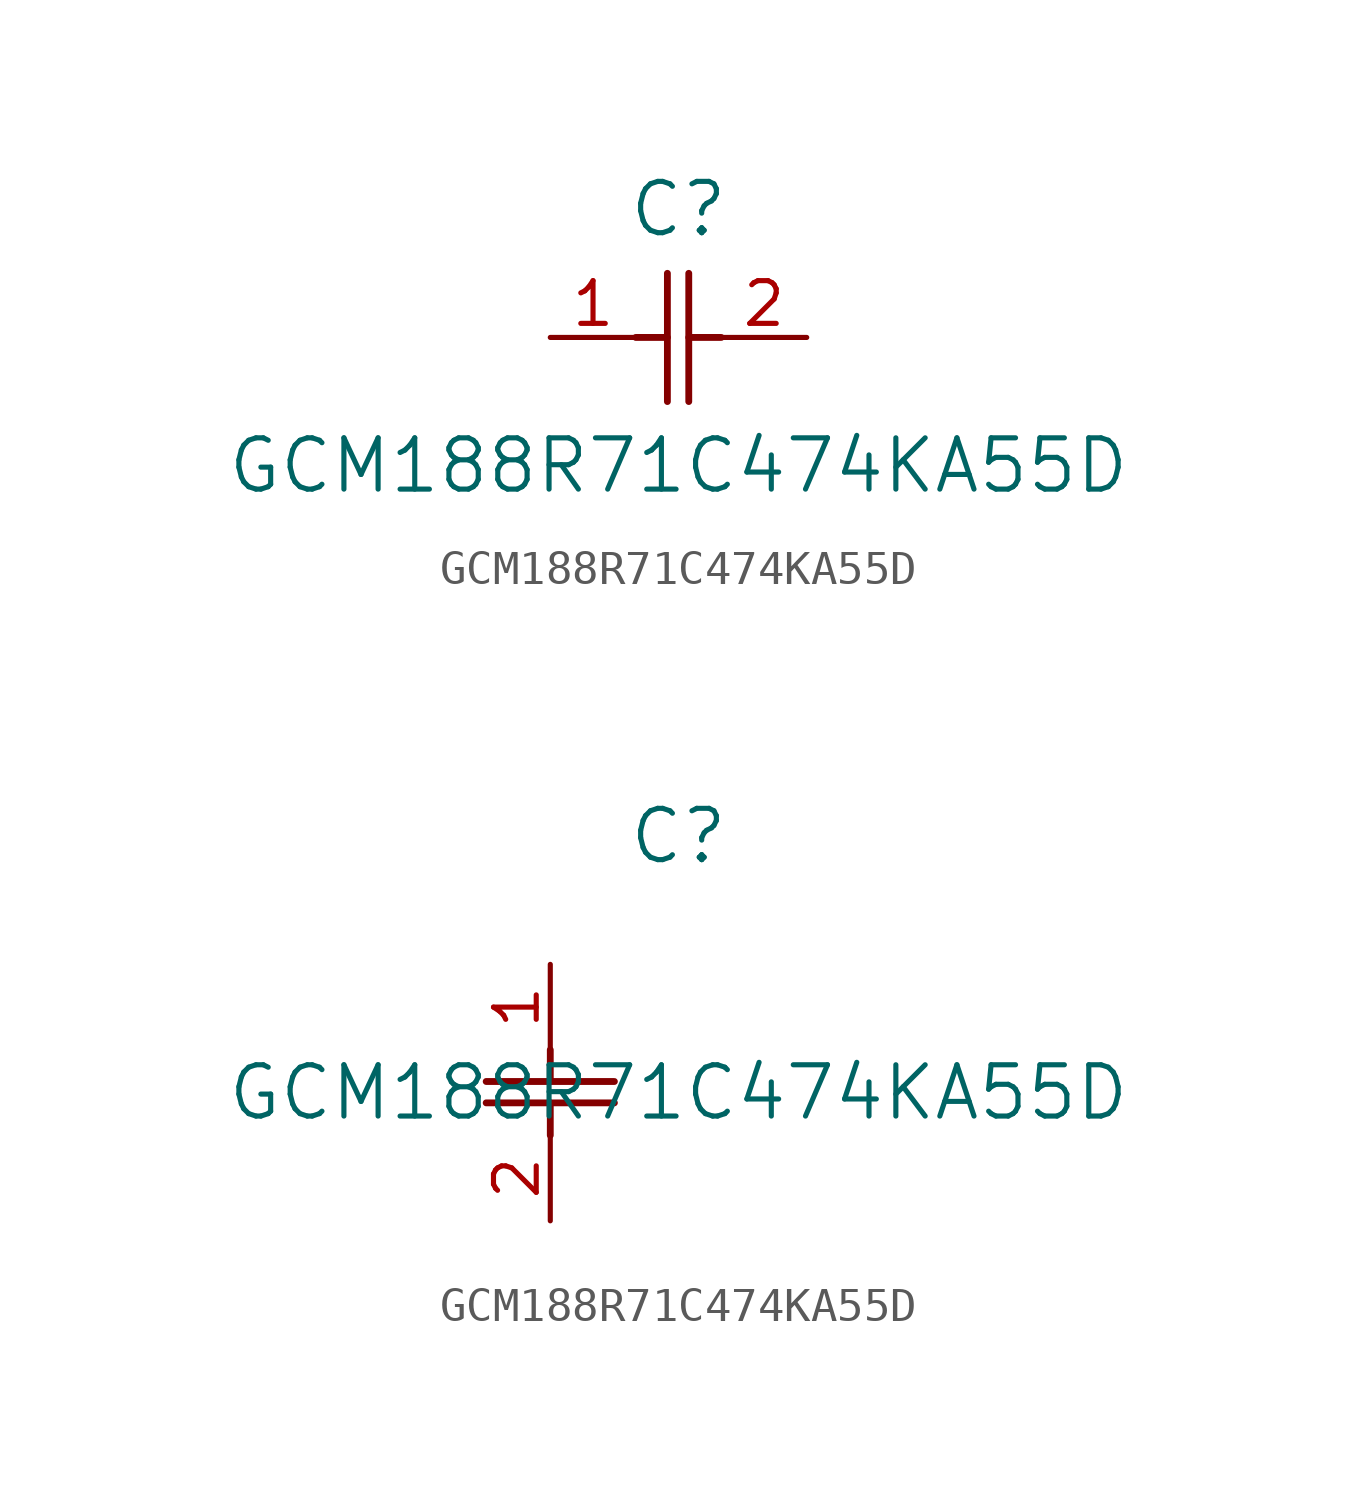
<source format=kicad_sym>
(kicad_symbol_lib
  (version 20211014)
  (generator kicad_symbol_editor)
  (symbol "GCM188R71C474KA55D"
    (pin_names
      (offset 0.254))
    (property "Reference" "C"
      (at 3.81 3.81 0)
      (effects (font (size 1.524 1.524))))
    (property "Value" "GCM188R71C474KA55D"
      (at 3.81 -3.81 0)
      (effects (font (size 1.524 1.524))))
    (symbol "GCM188R71C474KA55D_1_1"
      (polyline (pts (xy 3.48 -1.905) (xy 3.48 1.905)) (stroke (width 0.203) (type default) (color 0 0 0 0)) (fill (type none)))
      (polyline (pts (xy 4.115 -1.905) (xy 4.115 1.905)) (stroke (width 0.203) (type default) (color 0 0 0 0)) (fill (type none)))
      (polyline (pts (xy 4.115 0) (xy 5.08 0)) (stroke (width 0.203) (type default) (color 0 0 0 0)) (fill (type none)))
      (polyline (pts (xy 2.54 0) (xy 3.48 0)) (stroke (width 0.203) (type default) (color 0 0 0 0)) (fill (type none)))
      (pin unspecified line (at 0 0 0) (length 2.54) (name "" (effects (font (size 1.27 1.27)))) (number "1" (effects (font (size 1.27 1.27)))))
      (pin unspecified line (at 7.62 0 180) (length 2.54) (name "" (effects (font (size 1.27 1.27)))) (number "2" (effects (font (size 1.27 1.27))))))
    (symbol "GCM188R71C474KA55D_1_2"
      (polyline (pts (xy -1.905 -3.48) (xy 1.905 -3.48)) (stroke (width 0.203) (type default) (color 0 0 0 0)) (fill (type none)))
      (polyline (pts (xy -1.905 -4.115) (xy 1.905 -4.115)) (stroke (width 0.203) (type default) (color 0 0 0 0)) (fill (type none)))
      (polyline (pts (xy 0 -4.115) (xy 0 -5.08)) (stroke (width 0.203) (type default) (color 0 0 0 0)) (fill (type none)))
      (polyline (pts (xy 0 -2.54) (xy 0 -3.48)) (stroke (width 0.203) (type default) (color 0 0 0 0)) (fill (type none)))
      (pin unspecified line (at 0 0 270) (length 2.54) (name "" (effects (font (size 1.27 1.27)))) (number "1" (effects (font (size 1.27 1.27)))))
      (pin unspecified line (at 0 -7.62 90) (length 2.54) (name "" (effects (font (size 1.27 1.27)))) (number "2" (effects (font (size 1.27 1.27))))))))
</source>
